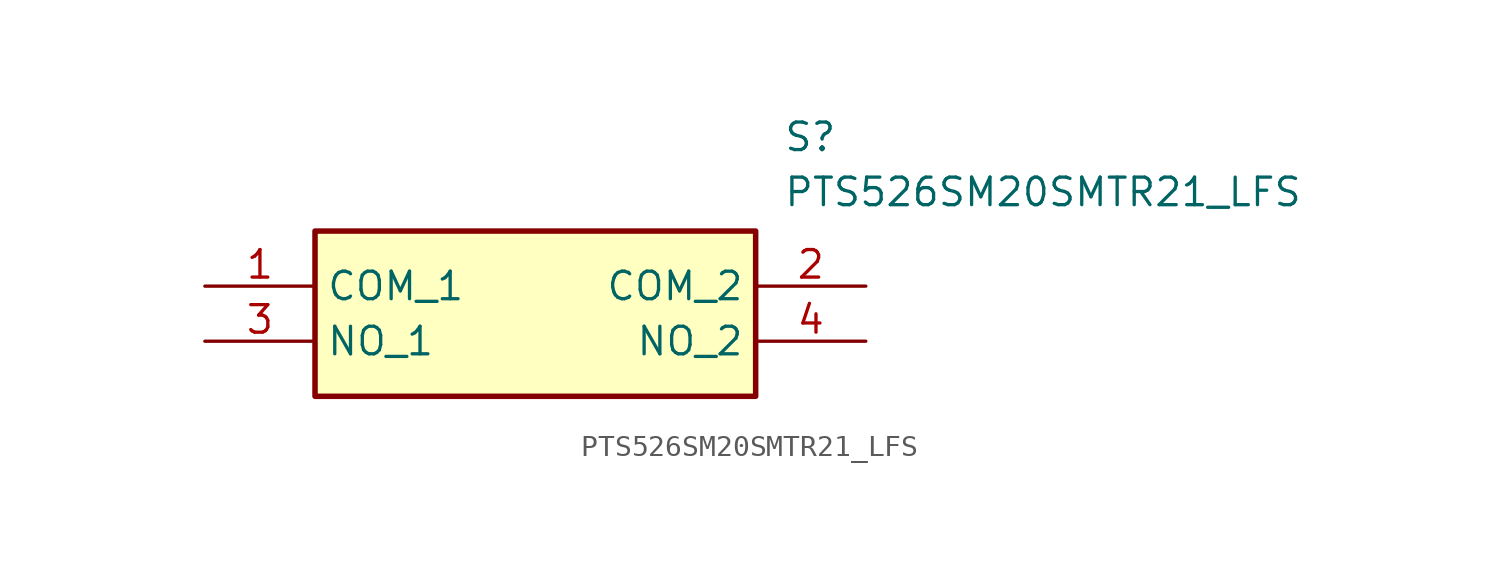
<source format=kicad_sym>
(kicad_symbol_lib
  (version 20211014)
  (generator SamacSys_ECAD_Model)
  (symbol "PTS526SM20SMTR21_LFS"
    (property "Reference" "S"
      (at 26.67 7.62 0)
      (effects (font (size 1.27 1.27)) (justify left top)))
    (property "Value" "PTS526SM20SMTR21_LFS"
      (at 26.67 5.08 0)
      (effects (font (size 1.27 1.27)) (justify left top)))
    (rectangle
      (start 5.08 2.54)
      (end 25.4 -5.08)
      (stroke (width 0.254) (type default))
      (fill (type background)))
    (pin passive line
      (at 0 0 0)
      (length 5.08)
      (name "COM_1" (effects (font (size 1.27 1.27))))
      (number "1" (effects (font (size 1.27 1.27)))))
    (pin passive line
      (at 30.48 0 180)
      (length 5.08)
      (name "COM_2" (effects (font (size 1.27 1.27))))
      (number "2" (effects (font (size 1.27 1.27)))))
    (pin passive line
      (at 0 -2.54 0)
      (length 5.08)
      (name "NO_1" (effects (font (size 1.27 1.27))))
      (number "3" (effects (font (size 1.27 1.27)))))
    (pin passive line
      (at 30.48 -2.54 180)
      (length 5.08)
      (name "NO_2" (effects (font (size 1.27 1.27))))
      (number "4" (effects (font (size 1.27 1.27)))))))
</source>
